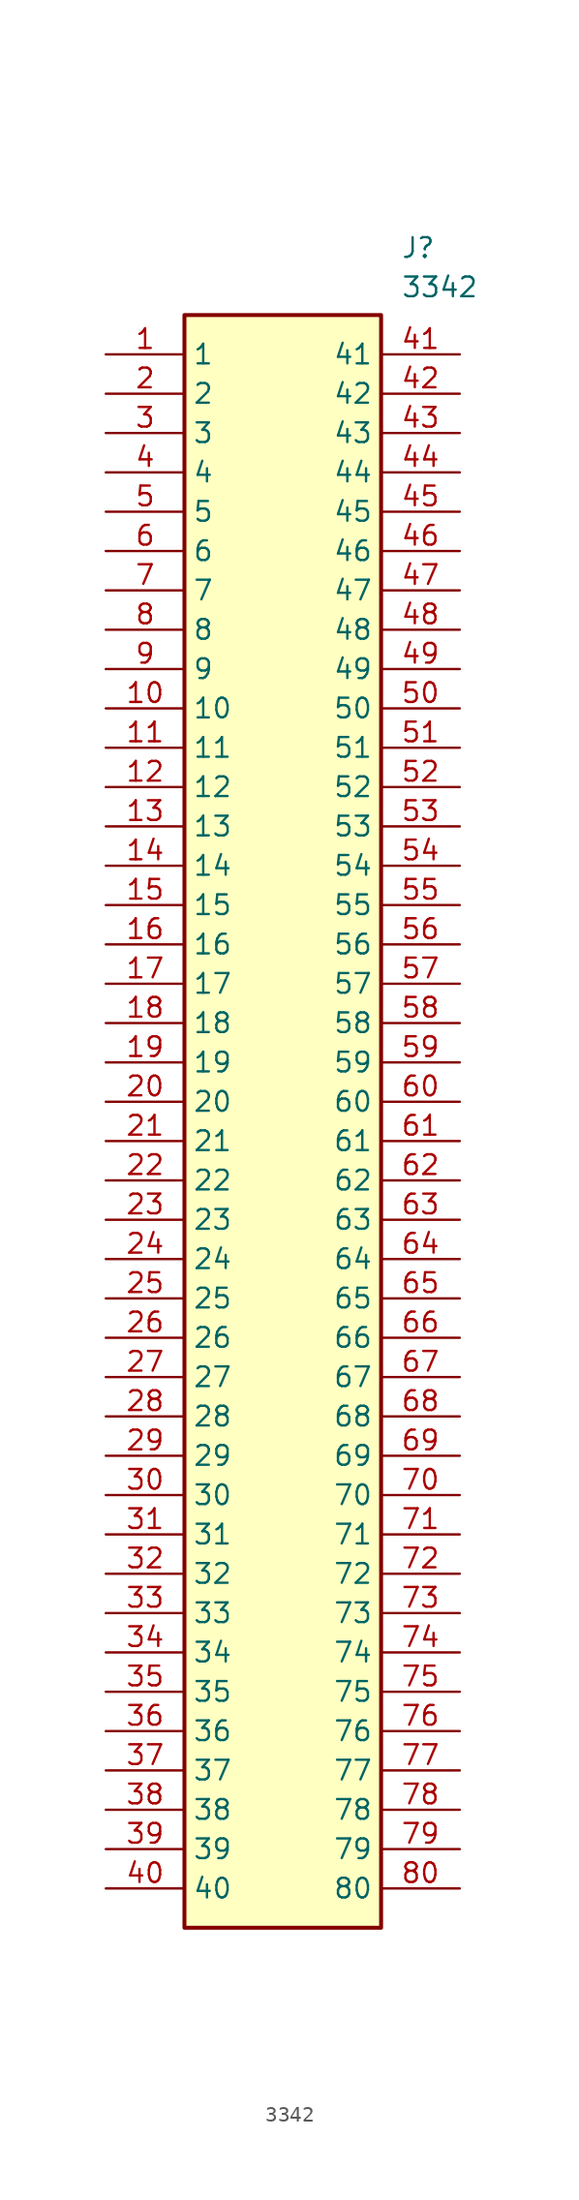
<source format=kicad_sym>
(kicad_symbol_lib
  (version 20211014)
  (generator SamacSys_ECAD_Model)
  (symbol "3342"
    (property "Reference" "J"
      (at 19.05 7.62 0)
      (effects (font (size 1.27 1.27)) (justify left top)))
    (property "Value" "3342"
      (at 19.05 5.08 0)
      (effects (font (size 1.27 1.27)) (justify left top)))
    (rectangle
      (start 5.08 2.54)
      (end 17.78 -101.6)
      (stroke (width 0.254) (type default))
      (fill (type background)))
    (pin passive line
      (at 0 0 0)
      (length 5.08)
      (name "1" (effects (font (size 1.27 1.27))))
      (number "1" (effects (font (size 1.27 1.27)))))
    (pin passive line
      (at 0 -2.54 0)
      (length 5.08)
      (name "2" (effects (font (size 1.27 1.27))))
      (number "2" (effects (font (size 1.27 1.27)))))
    (pin passive line
      (at 0 -5.08 0)
      (length 5.08)
      (name "3" (effects (font (size 1.27 1.27))))
      (number "3" (effects (font (size 1.27 1.27)))))
    (pin passive line
      (at 0 -7.62 0)
      (length 5.08)
      (name "4" (effects (font (size 1.27 1.27))))
      (number "4" (effects (font (size 1.27 1.27)))))
    (pin passive line
      (at 0 -10.16 0)
      (length 5.08)
      (name "5" (effects (font (size 1.27 1.27))))
      (number "5" (effects (font (size 1.27 1.27)))))
    (pin passive line
      (at 0 -12.7 0)
      (length 5.08)
      (name "6" (effects (font (size 1.27 1.27))))
      (number "6" (effects (font (size 1.27 1.27)))))
    (pin passive line
      (at 0 -15.24 0)
      (length 5.08)
      (name "7" (effects (font (size 1.27 1.27))))
      (number "7" (effects (font (size 1.27 1.27)))))
    (pin passive line
      (at 0 -17.78 0)
      (length 5.08)
      (name "8" (effects (font (size 1.27 1.27))))
      (number "8" (effects (font (size 1.27 1.27)))))
    (pin passive line
      (at 0 -20.32 0)
      (length 5.08)
      (name "9" (effects (font (size 1.27 1.27))))
      (number "9" (effects (font (size 1.27 1.27)))))
    (pin passive line
      (at 0 -22.86 0)
      (length 5.08)
      (name "10" (effects (font (size 1.27 1.27))))
      (number "10" (effects (font (size 1.27 1.27)))))
    (pin passive line
      (at 0 -25.4 0)
      (length 5.08)
      (name "11" (effects (font (size 1.27 1.27))))
      (number "11" (effects (font (size 1.27 1.27)))))
    (pin passive line
      (at 0 -27.94 0)
      (length 5.08)
      (name "12" (effects (font (size 1.27 1.27))))
      (number "12" (effects (font (size 1.27 1.27)))))
    (pin passive line
      (at 0 -30.48 0)
      (length 5.08)
      (name "13" (effects (font (size 1.27 1.27))))
      (number "13" (effects (font (size 1.27 1.27)))))
    (pin passive line
      (at 0 -33.02 0)
      (length 5.08)
      (name "14" (effects (font (size 1.27 1.27))))
      (number "14" (effects (font (size 1.27 1.27)))))
    (pin passive line
      (at 0 -35.56 0)
      (length 5.08)
      (name "15" (effects (font (size 1.27 1.27))))
      (number "15" (effects (font (size 1.27 1.27)))))
    (pin passive line
      (at 0 -38.1 0)
      (length 5.08)
      (name "16" (effects (font (size 1.27 1.27))))
      (number "16" (effects (font (size 1.27 1.27)))))
    (pin passive line
      (at 0 -40.64 0)
      (length 5.08)
      (name "17" (effects (font (size 1.27 1.27))))
      (number "17" (effects (font (size 1.27 1.27)))))
    (pin passive line
      (at 0 -43.18 0)
      (length 5.08)
      (name "18" (effects (font (size 1.27 1.27))))
      (number "18" (effects (font (size 1.27 1.27)))))
    (pin passive line
      (at 0 -45.72 0)
      (length 5.08)
      (name "19" (effects (font (size 1.27 1.27))))
      (number "19" (effects (font (size 1.27 1.27)))))
    (pin passive line
      (at 0 -48.26 0)
      (length 5.08)
      (name "20" (effects (font (size 1.27 1.27))))
      (number "20" (effects (font (size 1.27 1.27)))))
    (pin passive line
      (at 0 -50.8 0)
      (length 5.08)
      (name "21" (effects (font (size 1.27 1.27))))
      (number "21" (effects (font (size 1.27 1.27)))))
    (pin passive line
      (at 0 -53.34 0)
      (length 5.08)
      (name "22" (effects (font (size 1.27 1.27))))
      (number "22" (effects (font (size 1.27 1.27)))))
    (pin passive line
      (at 0 -55.88 0)
      (length 5.08)
      (name "23" (effects (font (size 1.27 1.27))))
      (number "23" (effects (font (size 1.27 1.27)))))
    (pin passive line
      (at 0 -58.42 0)
      (length 5.08)
      (name "24" (effects (font (size 1.27 1.27))))
      (number "24" (effects (font (size 1.27 1.27)))))
    (pin passive line
      (at 0 -60.96 0)
      (length 5.08)
      (name "25" (effects (font (size 1.27 1.27))))
      (number "25" (effects (font (size 1.27 1.27)))))
    (pin passive line
      (at 0 -63.5 0)
      (length 5.08)
      (name "26" (effects (font (size 1.27 1.27))))
      (number "26" (effects (font (size 1.27 1.27)))))
    (pin passive line
      (at 0 -66.04 0)
      (length 5.08)
      (name "27" (effects (font (size 1.27 1.27))))
      (number "27" (effects (font (size 1.27 1.27)))))
    (pin passive line
      (at 0 -68.58 0)
      (length 5.08)
      (name "28" (effects (font (size 1.27 1.27))))
      (number "28" (effects (font (size 1.27 1.27)))))
    (pin passive line
      (at 0 -71.12 0)
      (length 5.08)
      (name "29" (effects (font (size 1.27 1.27))))
      (number "29" (effects (font (size 1.27 1.27)))))
    (pin passive line
      (at 0 -73.66 0)
      (length 5.08)
      (name "30" (effects (font (size 1.27 1.27))))
      (number "30" (effects (font (size 1.27 1.27)))))
    (pin passive line
      (at 0 -76.2 0)
      (length 5.08)
      (name "31" (effects (font (size 1.27 1.27))))
      (number "31" (effects (font (size 1.27 1.27)))))
    (pin passive line
      (at 0 -78.74 0)
      (length 5.08)
      (name "32" (effects (font (size 1.27 1.27))))
      (number "32" (effects (font (size 1.27 1.27)))))
    (pin passive line
      (at 0 -81.28 0)
      (length 5.08)
      (name "33" (effects (font (size 1.27 1.27))))
      (number "33" (effects (font (size 1.27 1.27)))))
    (pin passive line
      (at 0 -83.82 0)
      (length 5.08)
      (name "34" (effects (font (size 1.27 1.27))))
      (number "34" (effects (font (size 1.27 1.27)))))
    (pin passive line
      (at 0 -86.36 0)
      (length 5.08)
      (name "35" (effects (font (size 1.27 1.27))))
      (number "35" (effects (font (size 1.27 1.27)))))
    (pin passive line
      (at 0 -88.9 0)
      (length 5.08)
      (name "36" (effects (font (size 1.27 1.27))))
      (number "36" (effects (font (size 1.27 1.27)))))
    (pin passive line
      (at 0 -91.44 0)
      (length 5.08)
      (name "37" (effects (font (size 1.27 1.27))))
      (number "37" (effects (font (size 1.27 1.27)))))
    (pin passive line
      (at 0 -93.98 0)
      (length 5.08)
      (name "38" (effects (font (size 1.27 1.27))))
      (number "38" (effects (font (size 1.27 1.27)))))
    (pin passive line
      (at 0 -96.52 0)
      (length 5.08)
      (name "39" (effects (font (size 1.27 1.27))))
      (number "39" (effects (font (size 1.27 1.27)))))
    (pin passive line
      (at 0 -99.06 0)
      (length 5.08)
      (name "40" (effects (font (size 1.27 1.27))))
      (number "40" (effects (font (size 1.27 1.27)))))
    (pin passive line
      (at 22.86 0 180)
      (length 5.08)
      (name "41" (effects (font (size 1.27 1.27))))
      (number "41" (effects (font (size 1.27 1.27)))))
    (pin passive line
      (at 22.86 -2.54 180)
      (length 5.08)
      (name "42" (effects (font (size 1.27 1.27))))
      (number "42" (effects (font (size 1.27 1.27)))))
    (pin passive line
      (at 22.86 -5.08 180)
      (length 5.08)
      (name "43" (effects (font (size 1.27 1.27))))
      (number "43" (effects (font (size 1.27 1.27)))))
    (pin passive line
      (at 22.86 -7.62 180)
      (length 5.08)
      (name "44" (effects (font (size 1.27 1.27))))
      (number "44" (effects (font (size 1.27 1.27)))))
    (pin passive line
      (at 22.86 -10.16 180)
      (length 5.08)
      (name "45" (effects (font (size 1.27 1.27))))
      (number "45" (effects (font (size 1.27 1.27)))))
    (pin passive line
      (at 22.86 -12.7 180)
      (length 5.08)
      (name "46" (effects (font (size 1.27 1.27))))
      (number "46" (effects (font (size 1.27 1.27)))))
    (pin passive line
      (at 22.86 -15.24 180)
      (length 5.08)
      (name "47" (effects (font (size 1.27 1.27))))
      (number "47" (effects (font (size 1.27 1.27)))))
    (pin passive line
      (at 22.86 -17.78 180)
      (length 5.08)
      (name "48" (effects (font (size 1.27 1.27))))
      (number "48" (effects (font (size 1.27 1.27)))))
    (pin passive line
      (at 22.86 -20.32 180)
      (length 5.08)
      (name "49" (effects (font (size 1.27 1.27))))
      (number "49" (effects (font (size 1.27 1.27)))))
    (pin passive line
      (at 22.86 -22.86 180)
      (length 5.08)
      (name "50" (effects (font (size 1.27 1.27))))
      (number "50" (effects (font (size 1.27 1.27)))))
    (pin passive line
      (at 22.86 -25.4 180)
      (length 5.08)
      (name "51" (effects (font (size 1.27 1.27))))
      (number "51" (effects (font (size 1.27 1.27)))))
    (pin passive line
      (at 22.86 -27.94 180)
      (length 5.08)
      (name "52" (effects (font (size 1.27 1.27))))
      (number "52" (effects (font (size 1.27 1.27)))))
    (pin passive line
      (at 22.86 -30.48 180)
      (length 5.08)
      (name "53" (effects (font (size 1.27 1.27))))
      (number "53" (effects (font (size 1.27 1.27)))))
    (pin passive line
      (at 22.86 -33.02 180)
      (length 5.08)
      (name "54" (effects (font (size 1.27 1.27))))
      (number "54" (effects (font (size 1.27 1.27)))))
    (pin passive line
      (at 22.86 -35.56 180)
      (length 5.08)
      (name "55" (effects (font (size 1.27 1.27))))
      (number "55" (effects (font (size 1.27 1.27)))))
    (pin passive line
      (at 22.86 -38.1 180)
      (length 5.08)
      (name "56" (effects (font (size 1.27 1.27))))
      (number "56" (effects (font (size 1.27 1.27)))))
    (pin passive line
      (at 22.86 -40.64 180)
      (length 5.08)
      (name "57" (effects (font (size 1.27 1.27))))
      (number "57" (effects (font (size 1.27 1.27)))))
    (pin passive line
      (at 22.86 -43.18 180)
      (length 5.08)
      (name "58" (effects (font (size 1.27 1.27))))
      (number "58" (effects (font (size 1.27 1.27)))))
    (pin passive line
      (at 22.86 -45.72 180)
      (length 5.08)
      (name "59" (effects (font (size 1.27 1.27))))
      (number "59" (effects (font (size 1.27 1.27)))))
    (pin passive line
      (at 22.86 -48.26 180)
      (length 5.08)
      (name "60" (effects (font (size 1.27 1.27))))
      (number "60" (effects (font (size 1.27 1.27)))))
    (pin passive line
      (at 22.86 -50.8 180)
      (length 5.08)
      (name "61" (effects (font (size 1.27 1.27))))
      (number "61" (effects (font (size 1.27 1.27)))))
    (pin passive line
      (at 22.86 -53.34 180)
      (length 5.08)
      (name "62" (effects (font (size 1.27 1.27))))
      (number "62" (effects (font (size 1.27 1.27)))))
    (pin passive line
      (at 22.86 -55.88 180)
      (length 5.08)
      (name "63" (effects (font (size 1.27 1.27))))
      (number "63" (effects (font (size 1.27 1.27)))))
    (pin passive line
      (at 22.86 -58.42 180)
      (length 5.08)
      (name "64" (effects (font (size 1.27 1.27))))
      (number "64" (effects (font (size 1.27 1.27)))))
    (pin passive line
      (at 22.86 -60.96 180)
      (length 5.08)
      (name "65" (effects (font (size 1.27 1.27))))
      (number "65" (effects (font (size 1.27 1.27)))))
    (pin passive line
      (at 22.86 -63.5 180)
      (length 5.08)
      (name "66" (effects (font (size 1.27 1.27))))
      (number "66" (effects (font (size 1.27 1.27)))))
    (pin passive line
      (at 22.86 -66.04 180)
      (length 5.08)
      (name "67" (effects (font (size 1.27 1.27))))
      (number "67" (effects (font (size 1.27 1.27)))))
    (pin passive line
      (at 22.86 -68.58 180)
      (length 5.08)
      (name "68" (effects (font (size 1.27 1.27))))
      (number "68" (effects (font (size 1.27 1.27)))))
    (pin passive line
      (at 22.86 -71.12 180)
      (length 5.08)
      (name "69" (effects (font (size 1.27 1.27))))
      (number "69" (effects (font (size 1.27 1.27)))))
    (pin passive line
      (at 22.86 -73.66 180)
      (length 5.08)
      (name "70" (effects (font (size 1.27 1.27))))
      (number "70" (effects (font (size 1.27 1.27)))))
    (pin passive line
      (at 22.86 -76.2 180)
      (length 5.08)
      (name "71" (effects (font (size 1.27 1.27))))
      (number "71" (effects (font (size 1.27 1.27)))))
    (pin passive line
      (at 22.86 -78.74 180)
      (length 5.08)
      (name "72" (effects (font (size 1.27 1.27))))
      (number "72" (effects (font (size 1.27 1.27)))))
    (pin passive line
      (at 22.86 -81.28 180)
      (length 5.08)
      (name "73" (effects (font (size 1.27 1.27))))
      (number "73" (effects (font (size 1.27 1.27)))))
    (pin passive line
      (at 22.86 -83.82 180)
      (length 5.08)
      (name "74" (effects (font (size 1.27 1.27))))
      (number "74" (effects (font (size 1.27 1.27)))))
    (pin passive line
      (at 22.86 -86.36 180)
      (length 5.08)
      (name "75" (effects (font (size 1.27 1.27))))
      (number "75" (effects (font (size 1.27 1.27)))))
    (pin passive line
      (at 22.86 -88.9 180)
      (length 5.08)
      (name "76" (effects (font (size 1.27 1.27))))
      (number "76" (effects (font (size 1.27 1.27)))))
    (pin passive line
      (at 22.86 -91.44 180)
      (length 5.08)
      (name "77" (effects (font (size 1.27 1.27))))
      (number "77" (effects (font (size 1.27 1.27)))))
    (pin passive line
      (at 22.86 -93.98 180)
      (length 5.08)
      (name "78" (effects (font (size 1.27 1.27))))
      (number "78" (effects (font (size 1.27 1.27)))))
    (pin passive line
      (at 22.86 -96.52 180)
      (length 5.08)
      (name "79" (effects (font (size 1.27 1.27))))
      (number "79" (effects (font (size 1.27 1.27)))))
    (pin passive line
      (at 22.86 -99.06 180)
      (length 5.08)
      (name "80" (effects (font (size 1.27 1.27))))
      (number "80" (effects (font (size 1.27 1.27)))))))
</source>
